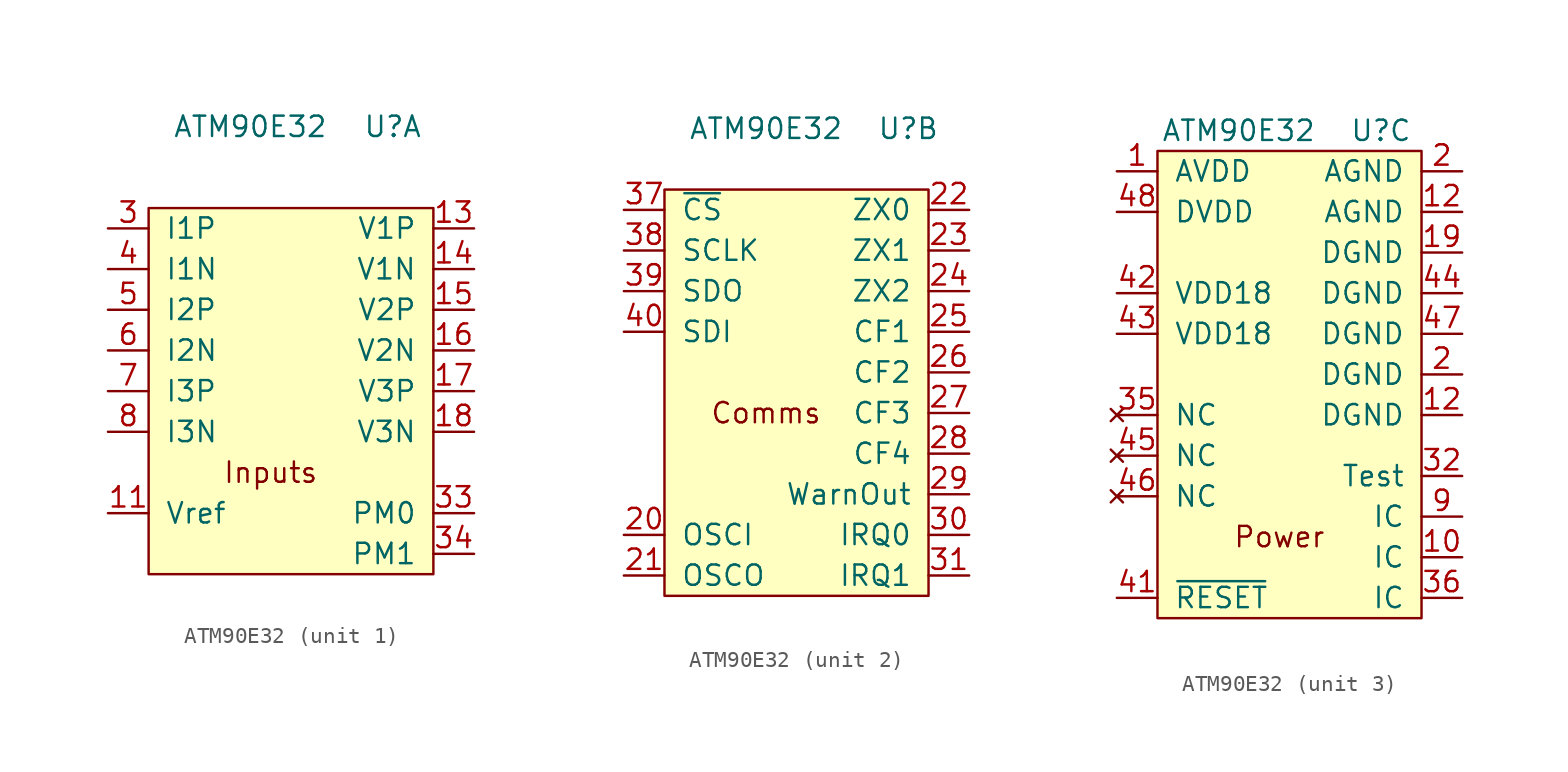
<source format=kicad_sym>
(kicad_symbol_lib
  (version 20201005)
  (generator kicad_symbol_editor)
  (symbol "Sensor:ATM90E32"
    (pin_names
      (offset 1.016))
    (property "Reference" "U"
      (at 6.35 15.24 0)
      (effects (font (size 1.27 1.27))))
    (property "Value" "ATM90E32"
      (at -2.54 15.24 0)
      (effects (font (size 1.27 1.27))))
    (property "ki_locked" ""
      (at 0 0 0)
      (effects (font (size 1.27 1.27))))
    (symbol "ATM90E32_1_0"
      (text "Inputs" (at -1.27 -6.35 0) (effects (font (size 1.27 1.27)))))
    (symbol "ATM90E32_2_0"
      (text "Comms" (at -2.54 -2.54 0) (effects (font (size 1.27 1.27))))
      (rectangle (start -8.89 11.43) (end 7.62 -13.97) (stroke (width 0)) (fill (type background))))
    (symbol "ATM90E32_3_0"
      (text "Power" (at 0 -10.16 0) (effects (font (size 1.27 1.27))))
      (rectangle (start -7.62 13.97) (end 8.89 -15.24) (stroke (width 0)) (fill (type background))))
    (symbol "ATM90E32_1_1"
      (rectangle (start -8.89 10.16) (end 8.89 -12.7) (stroke (width 0)) (fill (type background)))
      (pin input line (at -11.43 -8.89 0) (length 2.54) (name "Vref" (effects (font (size 1.27 1.27)))) (number "11" (effects (font (size 1.27 1.27)))))
      (pin input line (at 11.43 8.89 180) (length 2.54) (name "V1P" (effects (font (size 1.27 1.27)))) (number "13" (effects (font (size 1.27 1.27)))))
      (pin input line (at 11.43 6.35 180) (length 2.54) (name "V1N" (effects (font (size 1.27 1.27)))) (number "14" (effects (font (size 1.27 1.27)))))
      (pin input line (at 11.43 3.81 180) (length 2.54) (name "V2P" (effects (font (size 1.27 1.27)))) (number "15" (effects (font (size 1.27 1.27)))))
      (pin input line (at 11.43 1.27 180) (length 2.54) (name "V2N" (effects (font (size 1.27 1.27)))) (number "16" (effects (font (size 1.27 1.27)))))
      (pin input line (at 11.43 -1.27 180) (length 2.54) (name "V3P" (effects (font (size 1.27 1.27)))) (number "17" (effects (font (size 1.27 1.27)))))
      (pin input line (at 11.43 -3.81 180) (length 2.54) (name "V3N" (effects (font (size 1.27 1.27)))) (number "18" (effects (font (size 1.27 1.27)))))
      (pin input line (at -11.43 8.89 0) (length 2.54) (name "I1P" (effects (font (size 1.27 1.27)))) (number "3" (effects (font (size 1.27 1.27)))))
      (pin input line (at 11.43 -8.89 180) (length 2.54) (name "PM0" (effects (font (size 1.27 1.27)))) (number "33" (effects (font (size 1.27 1.27)))))
      (pin input line (at 11.43 -11.43 180) (length 2.54) (name "PM1" (effects (font (size 1.27 1.27)))) (number "34" (effects (font (size 1.27 1.27)))))
      (pin input line (at -11.43 6.35 0) (length 2.54) (name "I1N" (effects (font (size 1.27 1.27)))) (number "4" (effects (font (size 1.27 1.27)))))
      (pin input line (at -11.43 3.81 0) (length 2.54) (name "I2P" (effects (font (size 1.27 1.27)))) (number "5" (effects (font (size 1.27 1.27)))))
      (pin input line (at -11.43 1.27 0) (length 2.54) (name "I2N" (effects (font (size 1.27 1.27)))) (number "6" (effects (font (size 1.27 1.27)))))
      (pin input line (at -11.43 -1.27 0) (length 2.54) (name "I3P" (effects (font (size 1.27 1.27)))) (number "7" (effects (font (size 1.27 1.27)))))
      (pin input line (at -11.43 -3.81 0) (length 2.54) (name "I3N" (effects (font (size 1.27 1.27)))) (number "8" (effects (font (size 1.27 1.27))))))
    (symbol "ATM90E32_2_1"
      (pin input line (at -11.43 -10.16 0) (length 2.54) (name "OSCI" (effects (font (size 1.27 1.27)))) (number "20" (effects (font (size 1.27 1.27)))))
      (pin output line (at -11.43 -12.7 0) (length 2.54) (name "OSCO" (effects (font (size 1.27 1.27)))) (number "21" (effects (font (size 1.27 1.27)))))
      (pin output line (at 10.16 10.16 180) (length 2.54) (name "ZX0" (effects (font (size 1.27 1.27)))) (number "22" (effects (font (size 1.27 1.27)))))
      (pin output line (at 10.16 7.62 180) (length 2.54) (name "ZX1" (effects (font (size 1.27 1.27)))) (number "23" (effects (font (size 1.27 1.27)))))
      (pin output line (at 10.16 5.08 180) (length 2.54) (name "ZX2" (effects (font (size 1.27 1.27)))) (number "24" (effects (font (size 1.27 1.27)))))
      (pin output line (at 10.16 2.54 180) (length 2.54) (name "CF1" (effects (font (size 1.27 1.27)))) (number "25" (effects (font (size 1.27 1.27)))))
      (pin output line (at 10.16 0 180) (length 2.54) (name "CF2" (effects (font (size 1.27 1.27)))) (number "26" (effects (font (size 1.27 1.27)))))
      (pin output line (at 10.16 -2.54 180) (length 2.54) (name "CF3" (effects (font (size 1.27 1.27)))) (number "27" (effects (font (size 1.27 1.27)))))
      (pin output line (at 10.16 -5.08 180) (length 2.54) (name "CF4" (effects (font (size 1.27 1.27)))) (number "28" (effects (font (size 1.27 1.27)))))
      (pin output line (at 10.16 -7.62 180) (length 2.54) (name "WarnOut" (effects (font (size 1.27 1.27)))) (number "29" (effects (font (size 1.27 1.27)))))
      (pin output line (at 10.16 -10.16 180) (length 2.54) (name "IRQ0" (effects (font (size 1.27 1.27)))) (number "30" (effects (font (size 1.27 1.27)))))
      (pin output line (at 10.16 -12.7 180) (length 2.54) (name "IRQ1" (effects (font (size 1.27 1.27)))) (number "31" (effects (font (size 1.27 1.27)))))
      (pin input line (at -11.43 10.16 0) (length 2.54) (name "~CS" (effects (font (size 1.27 1.27)))) (number "37" (effects (font (size 1.27 1.27)))))
      (pin input line (at -11.43 7.62 0) (length 2.54) (name "SCLK" (effects (font (size 1.27 1.27)))) (number "38" (effects (font (size 1.27 1.27)))))
      (pin output line (at -11.43 5.08 0) (length 2.54) (name "SDO" (effects (font (size 1.27 1.27)))) (number "39" (effects (font (size 1.27 1.27)))))
      (pin input line (at -11.43 2.54 0) (length 2.54) (name "SDI" (effects (font (size 1.27 1.27)))) (number "40" (effects (font (size 1.27 1.27))))))
    (symbol "ATM90E32_3_1"
      (pin power_in line (at -10.16 12.7 0) (length 2.54) (name "AVDD" (effects (font (size 1.27 1.27)))) (number "1" (effects (font (size 1.27 1.27)))))
      (pin power_in line (at 11.43 -11.43 180) (length 2.54) (name "IC" (effects (font (size 1.27 1.27)))) (number "10" (effects (font (size 1.27 1.27)))))
      (pin power_in line (at 11.43 10.16 180) (length 2.54) (name "AGND" (effects (font (size 1.27 1.27)))) (number "12" (effects (font (size 1.27 1.27)))))
      (pin power_in line (at 11.43 -2.54 180) (length 2.54) (name "DGND" (effects (font (size 1.27 1.27)))) (number "12" (effects (font (size 1.27 1.27)))))
      (pin power_in line (at 11.43 7.62 180) (length 2.54) (name "DGND" (effects (font (size 1.27 1.27)))) (number "19" (effects (font (size 1.27 1.27)))))
      (pin power_in line (at 11.43 12.7 180) (length 2.54) (name "AGND" (effects (font (size 1.27 1.27)))) (number "2" (effects (font (size 1.27 1.27)))))
      (pin power_in line (at 11.43 0 180) (length 2.54) (name "DGND" (effects (font (size 1.27 1.27)))) (number "2" (effects (font (size 1.27 1.27)))))
      (pin power_in line (at 11.43 -6.35 180) (length 2.54) (name "Test" (effects (font (size 1.27 1.27)))) (number "32" (effects (font (size 1.27 1.27)))))
      (pin unconnected line (at -10.16 -2.54 0) (length 2.54) (name "NC" (effects (font (size 1.27 1.27)))) (number "35" (effects (font (size 1.27 1.27)))))
      (pin power_in line (at 11.43 -13.97 180) (length 2.54) (name "IC" (effects (font (size 1.27 1.27)))) (number "36" (effects (font (size 1.27 1.27)))))
      (pin power_in line (at -10.16 -13.97 0) (length 2.54) (name "~RESET" (effects (font (size 1.27 1.27)))) (number "41" (effects (font (size 1.27 1.27)))))
      (pin power_in line (at -10.16 5.08 0) (length 2.54) (name "VDD18" (effects (font (size 1.27 1.27)))) (number "42" (effects (font (size 1.27 1.27)))))
      (pin power_in line (at -10.16 2.54 0) (length 2.54) (name "VDD18" (effects (font (size 1.27 1.27)))) (number "43" (effects (font (size 1.27 1.27)))))
      (pin power_in line (at 11.43 5.08 180) (length 2.54) (name "DGND" (effects (font (size 1.27 1.27)))) (number "44" (effects (font (size 1.27 1.27)))))
      (pin unconnected line (at -10.16 -5.08 0) (length 2.54) (name "NC" (effects (font (size 1.27 1.27)))) (number "45" (effects (font (size 1.27 1.27)))))
      (pin unconnected line (at -10.16 -7.62 0) (length 2.54) (name "NC" (effects (font (size 1.27 1.27)))) (number "46" (effects (font (size 1.27 1.27)))))
      (pin power_in line (at 11.43 2.54 180) (length 2.54) (name "DGND" (effects (font (size 1.27 1.27)))) (number "47" (effects (font (size 1.27 1.27)))))
      (pin power_in line (at -10.16 10.16 0) (length 2.54) (name "DVDD" (effects (font (size 1.27 1.27)))) (number "48" (effects (font (size 1.27 1.27)))))
      (pin power_in line (at 11.43 -8.89 180) (length 2.54) (name "IC" (effects (font (size 1.27 1.27)))) (number "9" (effects (font (size 1.27 1.27))))))))
</source>
